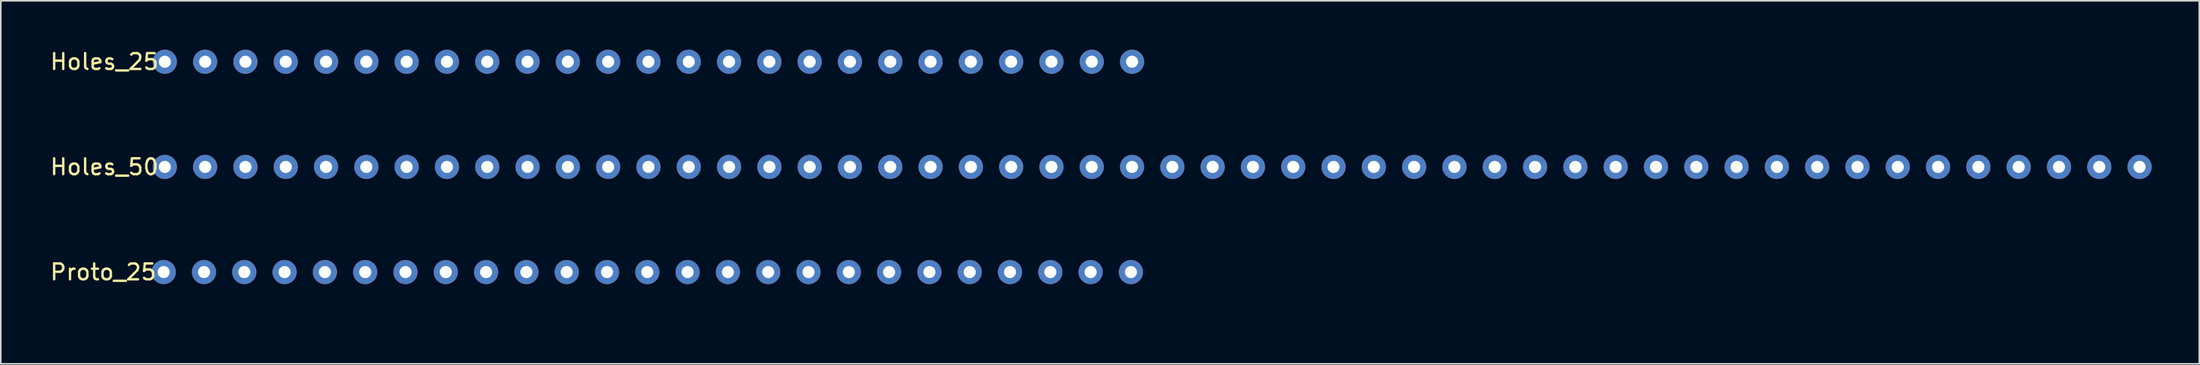
<source format=kicad_pcb>
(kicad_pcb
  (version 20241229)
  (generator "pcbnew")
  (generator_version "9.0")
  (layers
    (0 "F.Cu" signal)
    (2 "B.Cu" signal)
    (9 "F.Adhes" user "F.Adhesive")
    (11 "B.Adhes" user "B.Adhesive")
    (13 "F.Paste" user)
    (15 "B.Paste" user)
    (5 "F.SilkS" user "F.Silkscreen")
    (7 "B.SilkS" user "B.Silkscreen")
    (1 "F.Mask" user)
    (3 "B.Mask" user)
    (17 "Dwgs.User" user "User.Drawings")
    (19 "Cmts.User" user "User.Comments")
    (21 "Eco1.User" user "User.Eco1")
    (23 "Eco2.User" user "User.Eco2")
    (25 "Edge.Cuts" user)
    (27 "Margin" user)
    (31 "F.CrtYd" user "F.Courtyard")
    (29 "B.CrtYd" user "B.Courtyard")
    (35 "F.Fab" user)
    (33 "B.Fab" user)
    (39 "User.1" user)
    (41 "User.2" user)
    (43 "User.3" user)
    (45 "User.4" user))
  (footprint "Holes_50"
    (layer "F.Cu")
    (at 69.57 10.027)
    (property "Reference" "Holes_50" (at -66.04 -2.54 0) (layer "F.SilkS") (effects (font (size 1 1) (thickness 0.15))))
    (attr through_hole)
    (pad "" thru_hole circle (at -62.23 -2.54) (size 1.524 1.524) (drill 0.762) (layers "*.Cu" "*.Mask"))
    (pad "" thru_hole circle (at -59.69 -2.54) (size 1.524 1.524) (drill 0.762) (layers "*.Cu" "*.Mask"))
    (pad "" thru_hole circle (at -57.15 -2.54) (size 1.524 1.524) (drill 0.762) (layers "*.Cu" "*.Mask"))
    (pad "" thru_hole circle (at -54.61 -2.54) (size 1.524 1.524) (drill 0.762) (layers "*.Cu" "*.Mask"))
    (pad "" thru_hole circle (at -52.07 -2.54) (size 1.524 1.524) (drill 0.762) (layers "*.Cu" "*.Mask"))
    (pad "" thru_hole circle (at -49.53 -2.54) (size 1.524 1.524) (drill 0.762) (layers "*.Cu" "*.Mask"))
    (pad "" thru_hole circle (at -46.99 -2.54) (size 1.524 1.524) (drill 0.762) (layers "*.Cu" "*.Mask"))
    (pad "" thru_hole circle (at -44.45 -2.54) (size 1.524 1.524) (drill 0.762) (layers "*.Cu" "*.Mask"))
    (pad "" thru_hole circle (at -41.91 -2.54) (size 1.524 1.524) (drill 0.762) (layers "*.Cu" "*.Mask"))
    (pad "" thru_hole circle (at -39.37 -2.54) (size 1.524 1.524) (drill 0.762) (layers "*.Cu" "*.Mask"))
    (pad "" thru_hole circle (at -36.83 -2.54) (size 1.524 1.524) (drill 0.762) (layers "*.Cu" "*.Mask"))
    (pad "" thru_hole circle (at -34.29 -2.54) (size 1.524 1.524) (drill 0.762) (layers "*.Cu" "*.Mask"))
    (pad "" thru_hole circle (at -31.75 -2.54) (size 1.524 1.524) (drill 0.762) (layers "*.Cu" "*.Mask"))
    (pad "" thru_hole circle (at -29.21 -2.54) (size 1.524 1.524) (drill 0.762) (layers "*.Cu" "*.Mask"))
    (pad "" thru_hole circle (at -26.67 -2.54) (size 1.524 1.524) (drill 0.762) (layers "*.Cu" "*.Mask"))
    (pad "" thru_hole circle (at -24.13 -2.54) (size 1.524 1.524) (drill 0.762) (layers "*.Cu" "*.Mask"))
    (pad "" thru_hole circle (at -21.59 -2.54) (size 1.524 1.524) (drill 0.762) (layers "*.Cu" "*.Mask"))
    (pad "" thru_hole circle (at -19.05 -2.54) (size 1.524 1.524) (drill 0.762) (layers "*.Cu" "*.Mask"))
    (pad "" thru_hole circle (at -16.51 -2.54) (size 1.524 1.524) (drill 0.762) (layers "*.Cu" "*.Mask"))
    (pad "" thru_hole circle (at -13.97 -2.54) (size 1.524 1.524) (drill 0.762) (layers "*.Cu" "*.Mask"))
    (pad "" thru_hole circle (at -11.43 -2.54) (size 1.524 1.524) (drill 0.762) (layers "*.Cu" "*.Mask"))
    (pad "" thru_hole circle (at -8.89 -2.54) (size 1.524 1.524) (drill 0.762) (layers "*.Cu" "*.Mask"))
    (pad "" thru_hole circle (at -6.35 -2.54) (size 1.524 1.524) (drill 0.762) (layers "*.Cu" "*.Mask"))
    (pad "" thru_hole circle (at -3.81 -2.54) (size 1.524 1.524) (drill 0.762) (layers "*.Cu" "*.Mask"))
    (pad "" thru_hole circle (at -1.27 -2.54) (size 1.524 1.524) (drill 0.762) (layers "*.Cu" "*.Mask"))
    (pad "" thru_hole circle (at 1.27 -2.54) (size 1.524 1.524) (drill 0.762) (layers "*.Cu" "*.Mask"))
    (pad "" thru_hole circle (at 3.81 -2.54) (size 1.524 1.524) (drill 0.762) (layers "*.Cu" "*.Mask"))
    (pad "" thru_hole circle (at 6.35 -2.54) (size 1.524 1.524) (drill 0.762) (layers "*.Cu" "*.Mask"))
    (pad "" thru_hole circle (at 8.89 -2.54) (size 1.524 1.524) (drill 0.762) (layers "*.Cu" "*.Mask"))
    (pad "" thru_hole circle (at 11.43 -2.54) (size 1.524 1.524) (drill 0.762) (layers "*.Cu" "*.Mask"))
    (pad "" thru_hole circle (at 13.97 -2.54) (size 1.524 1.524) (drill 0.762) (layers "*.Cu" "*.Mask"))
    (pad "" thru_hole circle (at 16.51 -2.54) (size 1.524 1.524) (drill 0.762) (layers "*.Cu" "*.Mask"))
    (pad "" thru_hole circle (at 19.05 -2.54) (size 1.524 1.524) (drill 0.762) (layers "*.Cu" "*.Mask"))
    (pad "" thru_hole circle (at 21.59 -2.54) (size 1.524 1.524) (drill 0.762) (layers "*.Cu" "*.Mask"))
    (pad "" thru_hole circle (at 24.13 -2.54) (size 1.524 1.524) (drill 0.762) (layers "*.Cu" "*.Mask"))
    (pad "" thru_hole circle (at 26.67 -2.54) (size 1.524 1.524) (drill 0.762) (layers "*.Cu" "*.Mask"))
    (pad "" thru_hole circle (at 29.21 -2.54) (size 1.524 1.524) (drill 0.762) (layers "*.Cu" "*.Mask"))
    (pad "" thru_hole circle (at 31.75 -2.54) (size 1.524 1.524) (drill 0.762) (layers "*.Cu" "*.Mask"))
    (pad "" thru_hole circle (at 34.29 -2.54) (size 1.524 1.524) (drill 0.762) (layers "*.Cu" "*.Mask"))
    (pad "" thru_hole circle (at 36.83 -2.54) (size 1.524 1.524) (drill 0.762) (layers "*.Cu" "*.Mask"))
    (pad "" thru_hole circle (at 39.37 -2.54) (size 1.524 1.524) (drill 0.762) (layers "*.Cu" "*.Mask"))
    (pad "" thru_hole circle (at 41.91 -2.54) (size 1.524 1.524) (drill 0.762) (layers "*.Cu" "*.Mask"))
    (pad "" thru_hole circle (at 44.45 -2.54) (size 1.524 1.524) (drill 0.762) (layers "*.Cu" "*.Mask"))
    (pad "" thru_hole circle (at 46.99 -2.54) (size 1.524 1.524) (drill 0.762) (layers "*.Cu" "*.Mask"))
    (pad "" thru_hole circle (at 49.53 -2.54) (size 1.524 1.524) (drill 0.762) (layers "*.Cu" "*.Mask"))
    (pad "" thru_hole circle (at 52.07 -2.54) (size 1.524 1.524) (drill 0.762) (layers "*.Cu" "*.Mask"))
    (pad "" thru_hole circle (at 54.61 -2.54) (size 1.524 1.524) (drill 0.762) (layers "*.Cu" "*.Mask"))
    (pad "" thru_hole circle (at 57.15 -2.54) (size 1.524 1.524) (drill 0.762) (layers "*.Cu" "*.Mask"))
    (pad "" thru_hole circle (at 59.69 -2.54) (size 1.524 1.524) (drill 0.762) (layers "*.Cu" "*.Mask"))
    (pad "" thru_hole circle (at 62.23 -2.54) (size 1.524 1.524) (drill 0.762) (layers "*.Cu" "*.Mask")))
  (footprint "Holes_25"
    (layer "F.Cu")
    (at 37.82 3.388)
    (property "Reference" "Holes_25" (at -34.29 -2.54 0) (layer "F.SilkS") (effects (font (size 1 1) (thickness 0.15))))
    (attr through_hole)
    (pad "" thru_hole circle (at -30.48 -2.54) (size 1.524 1.524) (drill 0.762) (layers "*.Cu" "*.Mask"))
    (pad "" thru_hole circle (at -27.94 -2.54) (size 1.524 1.524) (drill 0.762) (layers "*.Cu" "*.Mask"))
    (pad "" thru_hole circle (at -25.4 -2.54) (size 1.524 1.524) (drill 0.762) (layers "*.Cu" "*.Mask"))
    (pad "" thru_hole circle (at -22.86 -2.54) (size 1.524 1.524) (drill 0.762) (layers "*.Cu" "*.Mask"))
    (pad "" thru_hole circle (at -20.32 -2.54) (size 1.524 1.524) (drill 0.762) (layers "*.Cu" "*.Mask"))
    (pad "" thru_hole circle (at -17.78 -2.54) (size 1.524 1.524) (drill 0.762) (layers "*.Cu" "*.Mask"))
    (pad "" thru_hole circle (at -15.24 -2.54) (size 1.524 1.524) (drill 0.762) (layers "*.Cu" "*.Mask"))
    (pad "" thru_hole circle (at -12.7 -2.54) (size 1.524 1.524) (drill 0.762) (layers "*.Cu" "*.Mask"))
    (pad "" thru_hole circle (at -10.16 -2.54) (size 1.524 1.524) (drill 0.762) (layers "*.Cu" "*.Mask"))
    (pad "" thru_hole circle (at -7.62 -2.54) (size 1.524 1.524) (drill 0.762) (layers "*.Cu" "*.Mask"))
    (pad "" thru_hole circle (at -5.08 -2.54) (size 1.524 1.524) (drill 0.762) (layers "*.Cu" "*.Mask"))
    (pad "" thru_hole circle (at -2.54 -2.54) (size 1.524 1.524) (drill 0.762) (layers "*.Cu" "*.Mask"))
    (pad "" thru_hole circle (at 0 -2.54) (size 1.524 1.524) (drill 0.762) (layers "*.Cu" "*.Mask"))
    (pad "" thru_hole circle (at 2.54 -2.54) (size 1.524 1.524) (drill 0.762) (layers "*.Cu" "*.Mask"))
    (pad "" thru_hole circle (at 5.08 -2.54) (size 1.524 1.524) (drill 0.762) (layers "*.Cu" "*.Mask"))
    (pad "" thru_hole circle (at 7.62 -2.54) (size 1.524 1.524) (drill 0.762) (layers "*.Cu" "*.Mask"))
    (pad "" thru_hole circle (at 10.16 -2.54) (size 1.524 1.524) (drill 0.762) (layers "*.Cu" "*.Mask"))
    (pad "" thru_hole circle (at 12.7 -2.54) (size 1.524 1.524) (drill 0.762) (layers "*.Cu" "*.Mask"))
    (pad "" thru_hole circle (at 15.24 -2.54) (size 1.524 1.524) (drill 0.762) (layers "*.Cu" "*.Mask"))
    (pad "" thru_hole circle (at 17.78 -2.54) (size 1.524 1.524) (drill 0.762) (layers "*.Cu" "*.Mask"))
    (pad "" thru_hole circle (at 20.32 -2.54) (size 1.524 1.524) (drill 0.762) (layers "*.Cu" "*.Mask"))
    (pad "" thru_hole circle (at 22.86 -2.54) (size 1.524 1.524) (drill 0.762) (layers "*.Cu" "*.Mask"))
    (pad "" thru_hole circle (at 25.4 -2.54) (size 1.524 1.524) (drill 0.762) (layers "*.Cu" "*.Mask"))
    (pad "" thru_hole circle (at 27.94 -2.54) (size 1.524 1.524) (drill 0.762) (layers "*.Cu" "*.Mask"))
    (pad "" thru_hole circle (at 30.48 -2.54) (size 1.524 1.524) (drill 0.762) (layers "*.Cu" "*.Mask")))
  (footprint "Proto_25"
    (layer "F.Cu")
    (at 37.748 16.665)
    (property "Reference" "Proto_25" (at -34.29 -2.54 0) (layer "F.SilkS") (effects (font (size 1 1) (thickness 0.15))))
    (attr through_hole)
    (pad "" thru_hole circle (at -27.94 -2.54) (size 1.524 1.524) (drill 0.762) (layers "*.Cu" "*.Mask"))
    (pad "" thru_hole circle (at -25.4 -2.54) (size 1.524 1.524) (drill 0.762) (layers "*.Cu" "*.Mask"))
    (pad "" thru_hole circle (at -22.86 -2.54) (size 1.524 1.524) (drill 0.762) (layers "*.Cu" "*.Mask"))
    (pad "" thru_hole circle (at -20.32 -2.54) (size 1.524 1.524) (drill 0.762) (layers "*.Cu" "*.Mask"))
    (pad "" thru_hole circle (at -17.78 -2.54) (size 1.524 1.524) (drill 0.762) (layers "*.Cu" "*.Mask"))
    (pad "" thru_hole circle (at -15.24 -2.54) (size 1.524 1.524) (drill 0.762) (layers "*.Cu" "*.Mask"))
    (pad "" thru_hole circle (at -12.7 -2.54) (size 1.524 1.524) (drill 0.762) (layers "*.Cu" "*.Mask"))
    (pad "" thru_hole circle (at -10.16 -2.54) (size 1.524 1.524) (drill 0.762) (layers "*.Cu" "*.Mask"))
    (pad "" thru_hole circle (at -7.62 -2.54) (size 1.524 1.524) (drill 0.762) (layers "*.Cu" "*.Mask"))
    (pad "" thru_hole circle (at -5.08 -2.54) (size 1.524 1.524) (drill 0.762) (layers "*.Cu" "*.Mask"))
    (pad "" thru_hole circle (at -2.54 -2.54) (size 1.524 1.524) (drill 0.762) (layers "*.Cu" "*.Mask"))
    (pad "" thru_hole circle (at 0 -2.54) (size 1.524 1.524) (drill 0.762) (layers "*.Cu" "*.Mask"))
    (pad "" thru_hole circle (at 2.54 -2.54) (size 1.524 1.524) (drill 0.762) (layers "*.Cu" "*.Mask"))
    (pad "" thru_hole circle (at 5.08 -2.54) (size 1.524 1.524) (drill 0.762) (layers "*.Cu" "*.Mask"))
    (pad "" thru_hole circle (at 7.62 -2.54) (size 1.524 1.524) (drill 0.762) (layers "*.Cu" "*.Mask"))
    (pad "" thru_hole circle (at 10.16 -2.54) (size 1.524 1.524) (drill 0.762) (layers "*.Cu" "*.Mask"))
    (pad "" thru_hole circle (at 12.7 -2.54) (size 1.524 1.524) (drill 0.762) (layers "*.Cu" "*.Mask"))
    (pad "" thru_hole circle (at 15.24 -2.54) (size 1.524 1.524) (drill 0.762) (layers "*.Cu" "*.Mask"))
    (pad "" thru_hole circle (at 17.78 -2.54) (size 1.524 1.524) (drill 0.762) (layers "*.Cu" "*.Mask"))
    (pad "" thru_hole circle (at 20.32 -2.54) (size 1.524 1.524) (drill 0.762) (layers "*.Cu" "*.Mask"))
    (pad "" thru_hole circle (at 22.86 -2.54) (size 1.524 1.524) (drill 0.762) (layers "*.Cu" "*.Mask"))
    (pad "" thru_hole circle (at 25.4 -2.54) (size 1.524 1.524) (drill 0.762) (layers "*.Cu" "*.Mask"))
    (pad "" thru_hole circle (at 27.94 -2.54) (size 1.524 1.524) (drill 0.762) (layers "*.Cu" "*.Mask"))
    (pad "" thru_hole circle (at 30.48 -2.54) (size 1.524 1.524) (drill 0.762) (layers "*.Cu" "*.Mask"))
    (pad "1" thru_hole circle (at -30.48 -2.54) (size 1.524 1.524) (drill 0.762) (layers "*.Cu" "*.Mask")))
  (gr_rect
    (start -3 -3)
    (end 135.562 19.915)
    (stroke (width 0.1) (type default))
    (fill no)
    (layer "Edge.Cuts")))
</source>
